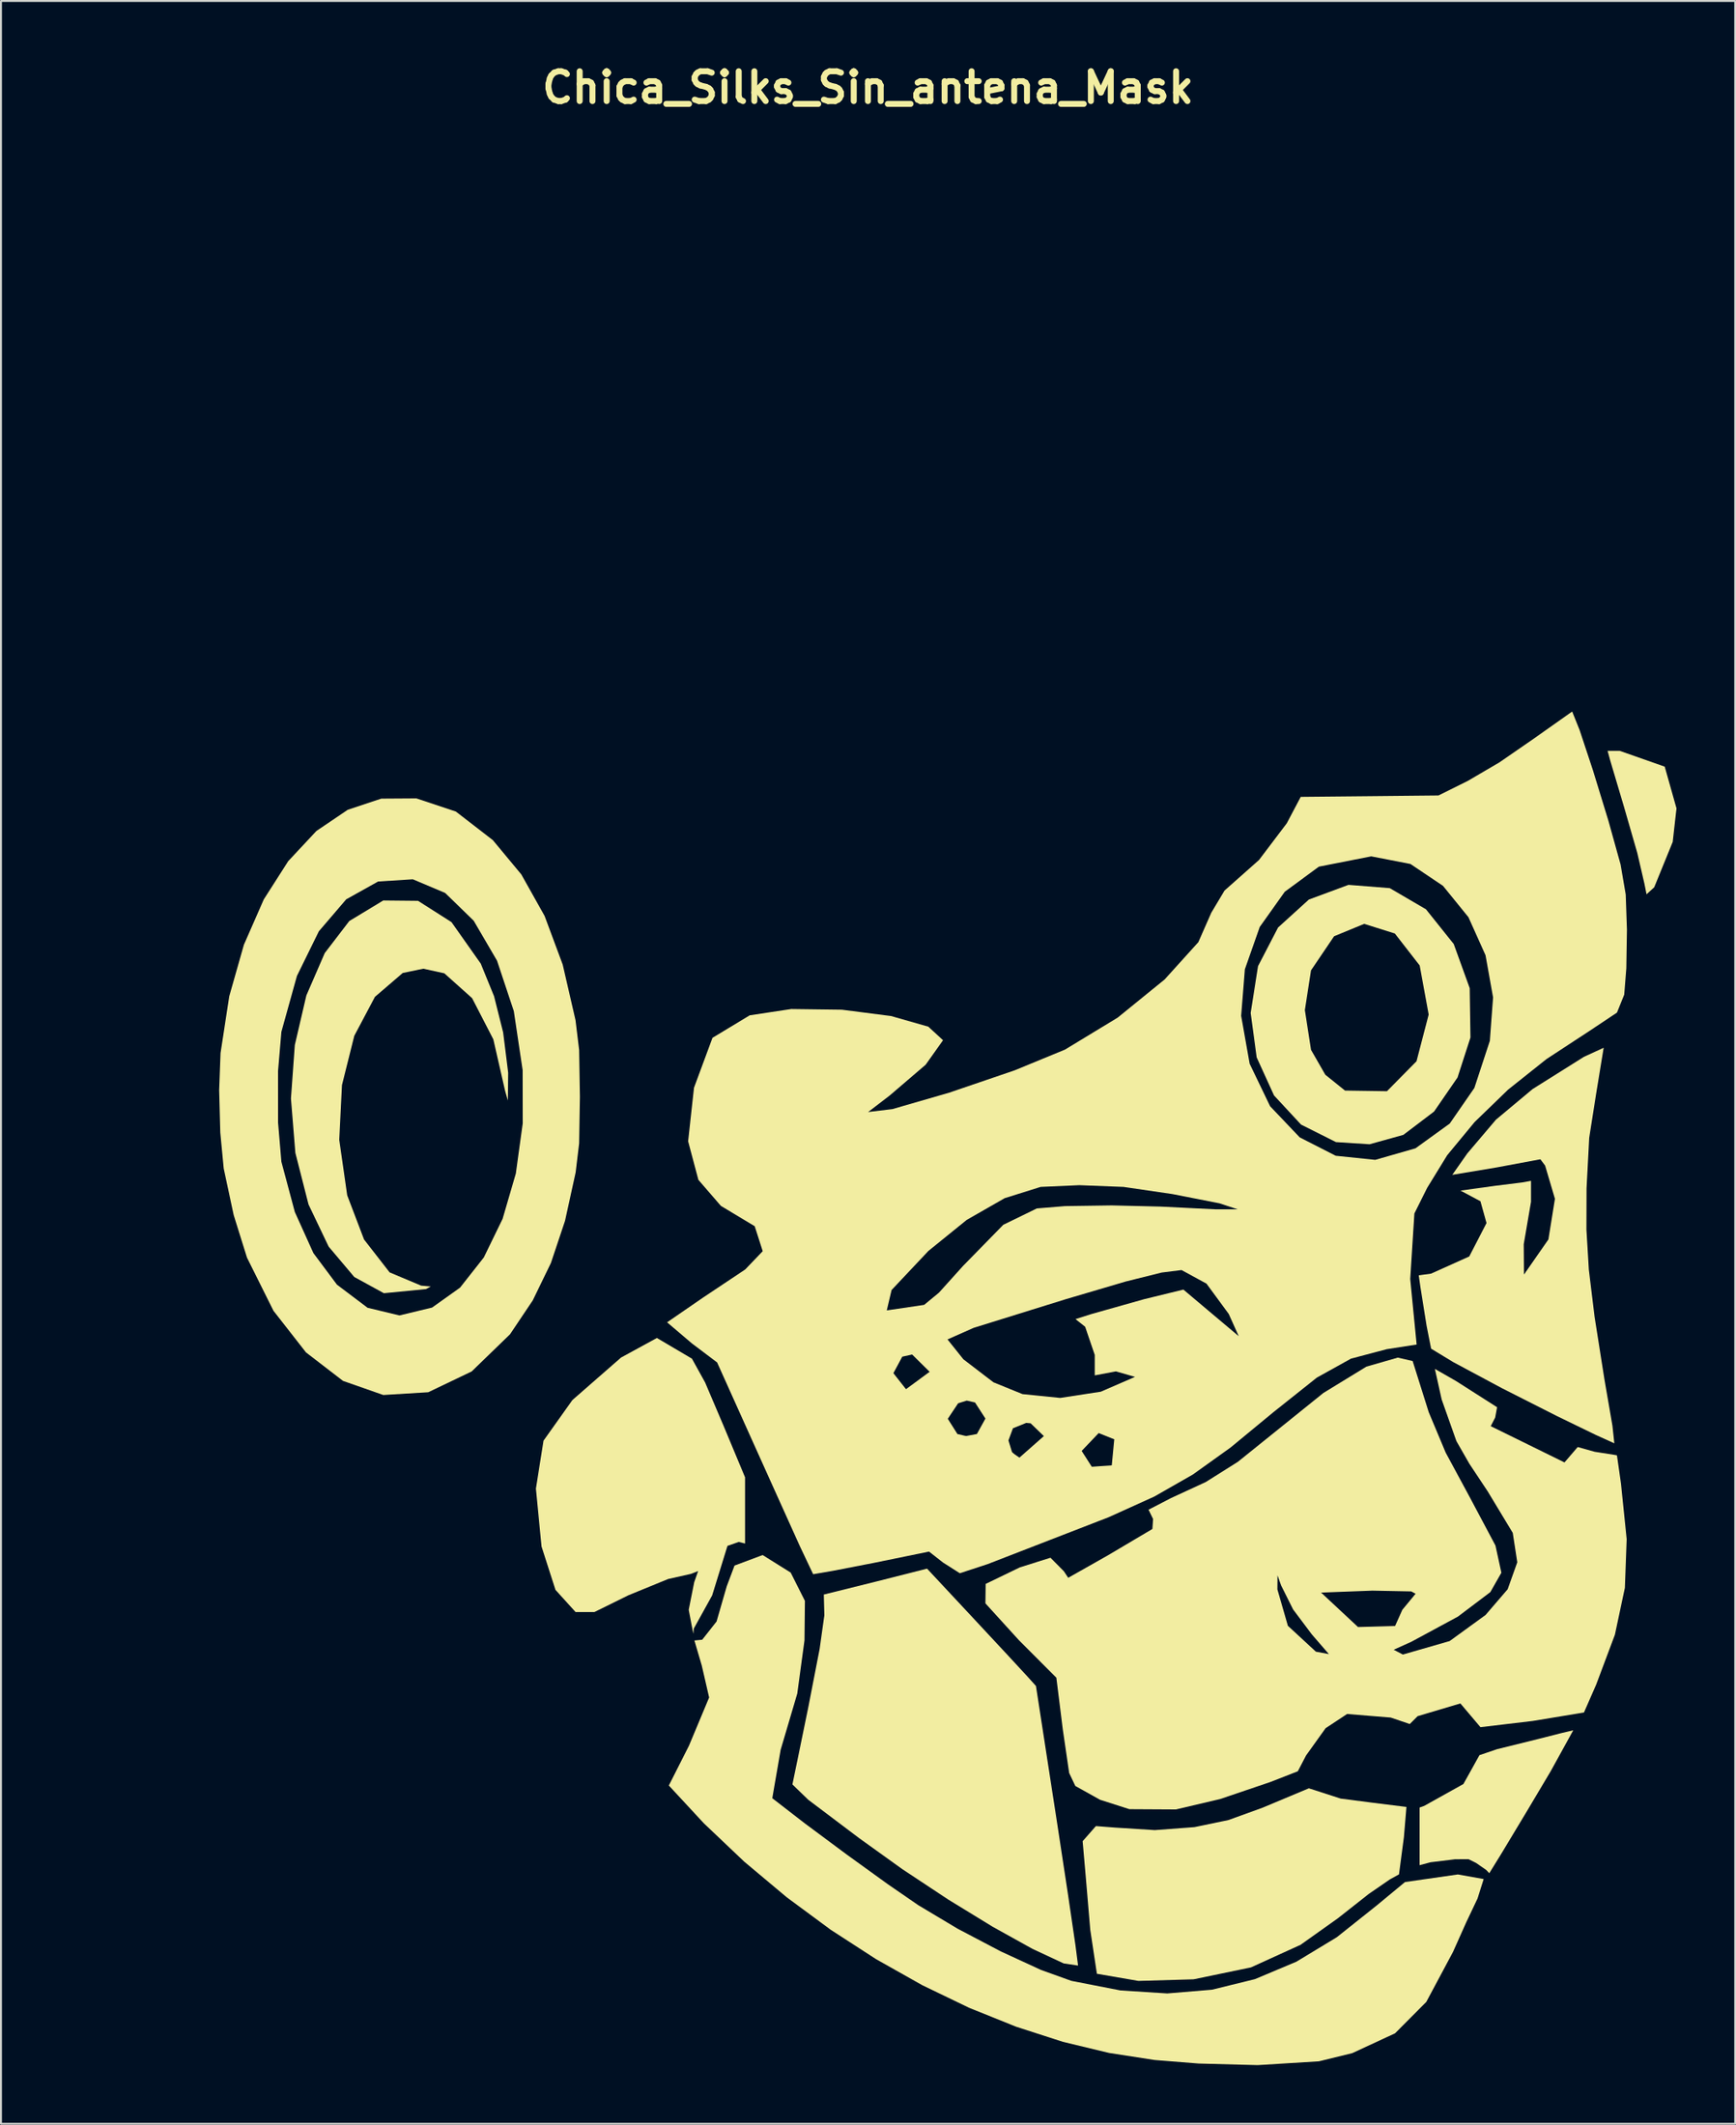
<source format=kicad_pcb>
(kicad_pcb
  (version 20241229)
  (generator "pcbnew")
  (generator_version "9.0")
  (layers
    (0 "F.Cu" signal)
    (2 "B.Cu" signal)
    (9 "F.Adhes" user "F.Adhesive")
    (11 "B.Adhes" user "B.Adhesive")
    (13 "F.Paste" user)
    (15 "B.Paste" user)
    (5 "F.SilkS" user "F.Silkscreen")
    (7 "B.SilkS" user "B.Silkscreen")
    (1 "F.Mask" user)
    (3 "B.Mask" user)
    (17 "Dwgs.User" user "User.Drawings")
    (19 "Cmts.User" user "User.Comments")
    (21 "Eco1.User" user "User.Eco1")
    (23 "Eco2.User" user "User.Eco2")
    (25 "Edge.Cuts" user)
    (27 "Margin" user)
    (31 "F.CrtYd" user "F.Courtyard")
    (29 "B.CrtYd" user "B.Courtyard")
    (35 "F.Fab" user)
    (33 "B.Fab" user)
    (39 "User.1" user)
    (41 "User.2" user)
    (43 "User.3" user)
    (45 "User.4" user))
  (footprint "Chica_Silks_Sin_antena_Mask"
    (layer "F.Cu")
    (at 41.308 53.498)
    (property "Reference" "Chica_Silks_Sin_antena_Mask" (at 0 -52.072 0) (layer "F.SilkS") (effects (font (size 1.524 1.524) (thickness 0.305))))
    (attr smd)
    (fp_poly (pts (xy -18.485 -20.596) (xy -20.445 -21.858) (xy -19.534 -23.015) (xy -17.598 -22.051) (xy -15.719 -21.084) (xy -16.078 -20.287) (xy -16.481 -19.443) (xy -18.485 -20.596)) (stroke (width 0) (type solid)) (fill yes) (layer "F.Mask"))
    (fp_poly (pts (xy -16.524 -15.561) (xy -18.389 -17.596) (xy -19.825 -18.849) (xy -21.46 -19.494) (xy -23.89 -19.795) (xy -24.024 -19.801) (xy -23.251 -20.793) (xy -22.435 -21.773) (xy -21.717 -21.385) (xy -19.579 -20.212) (xy -15.945 -18.21) (xy -14.996 -17.678) (xy -16.178 -15.184) (xy -16.524 -15.562) (xy -16.524 -15.561)) (stroke (width 0) (type solid)) (fill yes) (layer "F.Mask"))
    (fp_poly (pts (xy -18.067 -23.499) (xy -19.085 -24.127) (xy -19.261 -24.933) (xy -19.712 -27.055) (xy -20.371 -30.169) (xy -21.169 -33.954) (xy -21.969 -37.736) (xy -22.632 -40.843) (xy -23.091 -42.955) (xy -23.276 -43.749) (xy -23.97 -43.897) (xy -25.816 -44.25) (xy -28.533 -44.756) (xy -31.839 -45.361) (xy -40.343 -46.906) (xy -40.84 -47.898) (xy -41.308 -48.96) (xy -40.444 -48.864) (xy -38.183 -48.572) (xy -34.991 -48.146) (xy -31.332 -47.65) (xy -27.671 -47.148) (xy -24.472 -46.702) (xy -22.201 -46.377) (xy -21.323 -46.234) (xy -21.203 -45.641) (xy -20.89 -44.009) (xy -20.421 -41.533) (xy -19.83 -38.402) (xy -19.155 -34.811) (xy -18.48 -31.209) (xy -17.886 -28.051) (xy -17.412 -25.533) (xy -17.093 -23.849) (xy -16.967 -23.194) (xy -17 -22.97) (xy -18.067 -23.499) (xy -18.067 -23.499)) (stroke (width 0) (type solid)) (fill yes) (layer "F.Mask"))
    (fp_poly (pts (xy -1.675 32.371) (xy -2.095 33.93) (xy 7.877 41.378) (xy 7.655 39.473) (xy -1.675 32.371)) (stroke (width 0) (type solid)) (fill yes) (layer "F.SilkS"))
    (fp_poly (pts (xy 26.04 41.724) (xy 28.565 40.636) (xy 29.056 41.864) (xy 28.639 44.595) (xy 26.774 46.46) (xy 25.818 46.822) (xy 26.04 41.724)) (stroke (width 0) (type solid)) (fill yes) (layer "F.SilkS"))
    (fp_poly (pts (xy 26.04 41.724) (xy 28.565 40.636) (xy 29.056 41.864) (xy 28.639 44.595) (xy 26.774 46.46) (xy 25.818 46.822) (xy 26.04 41.724)) (stroke (width 0) (type solid)) (fill yes) (layer "F.SilkS"))
    (fp_poly (pts (xy 26.04 41.724) (xy 28.565 40.636) (xy 29.056 41.864) (xy 28.639 44.595) (xy 26.774 46.46) (xy 25.818 46.822) (xy 26.04 41.724)) (stroke (width 0) (type solid)) (fill yes) (layer "F.SilkS"))
    (fp_poly (pts (xy 26.04 41.724) (xy 28.565 40.636) (xy 29.056 41.864) (xy 28.639 44.595) (xy 26.774 46.46) (xy 25.818 46.822) (xy 26.04 41.724)) (stroke (width 0) (type solid)) (fill yes) (layer "F.SilkS"))
    (fp_poly (pts (xy -0.858 29.475) (xy -1.279 30.985) (xy -0.241 31.814) (xy 2.232 33.68) (xy 5.184 35.874) (xy 7.657 37.686) (xy 8.694 38.408) (xy 8.57 36.602) (xy -0.858 29.475)) (stroke (width 0) (type solid)) (fill yes) (layer "F.SilkS"))
    (fp_poly (pts (xy -0.4 27.416) (xy -0.68 28.588) (xy 0.279 29.31) (xy 2.564 31.027) (xy 5.287 33.065) (xy 7.561 34.752) (xy 8.496 35.414) (xy 8.075 33.063) (xy 6.699 32.139) (xy 3.791 30.202) (xy 0.907 28.284) (xy -0.4 27.416)) (stroke (width 0) (type solid)) (fill yes) (layer "F.SilkS"))
    (fp_poly (pts (xy 39.791 -10.844) (xy 39.684 -11.386) (xy 39.319 -12.959) (xy 38.632 -15.341) (xy 37.94 -17.668) (xy 37.801 -18.175) (xy 38.423 -18.175) (xy 40.721 -17.367) (xy 41.323 -15.236) (xy 41.13 -13.523) (xy 40.184 -11.202) (xy 39.791 -10.844)) (stroke (width 0) (type solid)) (fill yes) (layer "F.SilkS"))
    (fp_poly (pts (xy 31.596 39.017) (xy 31.079 38.658) (xy 30.697 38.469) (xy 30.002 38.472) (xy 28.75 38.625) (xy 28.193 38.776) (xy 28.193 37.303) (xy 28.193 35.829) (xy 28.428 35.744) (xy 30.432 34.626) (xy 30.862 33.856) (xy 31.252 33.152) (xy 32.155 32.845) (xy 34.21 32.337) (xy 35.488 32.012) (xy 36.047 31.88) (xy 34.894 33.971) (xy 33.671 36.027) (xy 32.373 38.184) (xy 31.756 39.184) (xy 31.596 39.016) (xy 31.596 39.017)) (stroke (width 0) (type solid)) (fill yes) (layer "F.SilkS"))
    (fp_poly (pts (xy 11.701 44.323) (xy 11.363 42.08) (xy 11.104 39.041) (xy 10.973 37.548) (xy 11.651 36.776) (xy 12.605 36.851) (xy 14.66 36.982) (xy 16.682 36.83) (xy 18.425 36.467) (xy 20.177 35.833) (xy 22.534 34.845) (xy 24.161 35.371) (xy 25.782 35.581) (xy 27.521 35.798) (xy 27.391 37.349) (xy 27.14 39.244) (xy 26.674 39.501) (xy 25.598 40.242) (xy 24.02 41.485) (xy 22.111 42.843) (xy 19.575 43.998) (xy 16.643 44.607) (xy 13.824 44.689) (xy 11.701 44.323)) (stroke (width 0) (type solid)) (fill yes) (layer "F.SilkS"))
    (fp_poly (pts (xy 10.006 43.795) (xy 8.412 43.052) (xy 6.38 41.924) (xy 4.099 40.527) (xy 1.76 38.979) (xy -0.447 37.394) (xy -3.05 35.431) (xy -3.86 34.647) (xy -3.6 33.392) (xy -3.05 30.711) (xy -2.469 27.722) (xy -2.228 26.009) (xy -2.255 24.943) (xy 0.433 24.275) (xy 3.021 23.619) (xy 5.382 26.149) (xy 7.173 28.073) (xy 8.165 29.147) (xy 8.587 29.616) (xy 9.677 36.676) (xy 10.222 40.256) (xy 10.603 42.852) (xy 10.739 43.904) (xy 10.006 43.795) (xy 10.006 43.795)) (stroke (width 0) (type solid)) (fill yes) (layer "F.SilkS"))
    (fp_poly (pts (xy -9.16 25.724) (xy -8.879 24.314) (xy -8.678 23.743) (xy -9.054 23.889) (xy -10.209 24.148) (xy -12.239 24.979) (xy -13.977 25.836) (xy -14.943 25.836) (xy -15.969 24.704) (xy -16.682 22.487) (xy -16.969 19.53) (xy -16.581 17.08) (xy -15.105 15.004) (xy -12.618 12.831) (xy -10.786 11.831) (xy -8.995 12.888) (xy -8.32 14.108) (xy -7.395 16.281) (xy -6.281 18.95) (xy -6.281 20.642) (xy -6.281 22.335) (xy -6.602 22.254) (xy -7.18 22.457) (xy -7.961 24.986) (xy -8.898 26.678) (xy -8.925 26.947) (xy -9.16 25.724) (xy -9.16 25.724)) (stroke (width 0) (type solid)) (fill yes) (layer "F.SilkS"))
    (fp_poly (pts (xy 23.919 1.82) (xy 26.525 -0.78) (xy 28.036 -2.311) (xy 28.658 -4.698) (xy 28.198 -7.207) (xy 26.929 -8.84) (xy 25.362 -9.333) (xy 23.824 -8.7) (xy 22.644 -6.956) (xy 22.33 -4.926) (xy 22.644 -2.896) (xy 23.375 -1.622) (xy 24.381 -0.813) (xy 26.525 -0.78) (xy 26.525 -0.78) (xy 23.919 1.82) (xy 22.135 0.925) (xy 20.754 -0.564) (xy 19.867 -2.51) (xy 19.561 -4.779) (xy 19.936 -7.171) (xy 20.961 -9.147) (xy 22.535 -10.576) (xy 24.559 -11.326) (xy 26.668 -11.159) (xy 28.519 -10.078) (xy 29.939 -8.302) (xy 30.755 -6.045) (xy 30.793 -3.526) (xy 30.133 -1.483) (xy 28.933 0.259) (xy 27.363 1.451) (xy 25.636 1.931) (xy 23.919 1.82)) (stroke (width 0) (type solid)) (fill yes) (layer "F.SilkS"))
    (fp_poly (pts (xy -24.738 9.543) (xy -26.252 8.714) (xy -27.561 7.162) (xy -28.59 5.008) (xy -29.262 2.373) (xy -29.489 -0.406) (xy -29.29 -3.142) (xy -28.701 -5.674) (xy -27.761 -7.84) (xy -26.507 -9.477) (xy -24.77 -10.529) (xy -22.993 -10.51) (xy -21.283 -9.421) (xy -19.787 -7.3) (xy -19.108 -5.635) (xy -18.643 -3.782) (xy -18.386 -1.722) (xy -18.402 -0.304) (xy -18.54 -0.782) (xy -19.145 -3.432) (xy -20.231 -5.537) (xy -21.65 -6.806) (xy -22.723 -7.041) (xy -23.774 -6.824) (xy -25.196 -5.603) (xy -26.251 -3.613) (xy -26.88 -1.097) (xy -27.02 1.702) (xy -26.613 4.54) (xy -25.753 6.797) (xy -24.445 8.479) (xy -22.836 9.155) (xy -22.339 9.201) (xy -22.584 9.332) (xy -24.738 9.543) (xy -24.738 9.543)) (stroke (width 0) (type solid)) (fill yes) (layer "F.SilkS"))
    (fp_poly (pts (xy 35.203 15.816) (xy 32.402 14.397) (xy 29.917 13.066) (xy 28.783 12.378) (xy 28.551 11.208) (xy 28.232 9.205) (xy 28.151 8.629) (xy 28.779 8.543) (xy 30.731 7.665) (xy 31.614 5.957) (xy 31.303 4.843) (xy 30.286 4.299) (xy 32.029 4.057) (xy 33.433 3.882) (xy 33.888 3.8) (xy 33.888 4.87) (xy 33.516 7.039) (xy 33.527 8.591) (xy 34.777 6.795) (xy 35.111 4.718) (xy 34.608 3.019) (xy 34.366 2.698) (xy 32.134 3.115) (xy 29.864 3.494) (xy 30.633 2.398) (xy 32.096 0.674) (xy 33.972 -0.892) (xy 36.59 -2.536) (xy 37.601 -3.001) (xy 37.226 -0.71) (xy 36.862 1.602) (xy 36.726 4.182) (xy 36.72 6.293) (xy 36.843 8.336) (xy 37.136 10.743) (xy 37.64 13.945) (xy 38.049 16.315) (xy 38.146 17.215) (xy 37.196 16.784) (xy 35.203 15.816) (xy 35.203 15.816)) (stroke (width 0) (type solid)) (fill yes) (layer "F.SilkS"))
    (fp_poly (pts (xy 14.649 48.73) (xy 12.329 48.371) (xy 9.963 47.802) (xy 7.571 47.029) (xy 5.17 46.062) (xy 2.779 44.909) (xy 0.416 43.577) (xy -1.901 42.076) (xy -4.152 40.413) (xy -6.32 38.596) (xy -8.387 36.633) (xy -10.176 34.702) (xy -9.146 32.667) (xy -8.116 30.204) (xy -8.491 28.577) (xy -8.869 27.29) (xy -8.471 27.253) (xy -7.736 26.32) (xy -7.217 24.523) (xy -6.818 23.462) (xy -5.382 22.924) (xy -3.948 23.821) (xy -3.221 25.266) (xy -3.243 27.283) (xy -3.612 30.005) (xy -4.461 32.877) (xy -4.889 35.352) (xy -3.222 36.641) (xy -1.085 38.229) (xy 1.016 39.746) (xy 2.573 40.818) (xy 4.576 42.016) (xy 6.788 43.18) (xy 8.848 44.129) (xy 10.39 44.684) (xy 12.907 45.176) (xy 15.299 45.329) (xy 17.584 45.138) (xy 19.778 44.598) (xy 21.898 43.706) (xy 23.961 42.457) (xy 25.984 40.847) (xy 27.447 39.637) (xy 30.149 39.248) (xy 31.469 39.483) (xy 31.155 40.477) (xy 30.584 41.679) (xy 29.901 43.207) (xy 28.537 45.76) (xy 26.94 47.366) (xy 24.753 48.38) (xy 23.046 48.798) (xy 19.92 48.992) (xy 16.896 48.911) (xy 14.649 48.73) (xy 14.649 48.73)) (stroke (width 0) (type solid)) (fill yes) (layer "F.SilkS"))
    (fp_poly (pts (xy -24.769 14.745) (xy -22.276 10.277) (xy -20.846 9.258) (xy -19.632 7.716) (xy -18.671 5.742) (xy -17.996 3.428) (xy -17.643 0.865) (xy -17.647 -1.856) (xy -18.098 -4.874) (xy -18.956 -7.452) (xy -20.15 -9.495) (xy -21.608 -10.913) (xy -23.26 -11.611) (xy -25.035 -11.497) (xy -26.664 -10.587) (xy -28.062 -8.954) (xy -29.183 -6.671) (xy -29.978 -3.812) (xy -30.148 -1.806) (xy -30.147 0.817) (xy -29.978 2.82) (xy -29.289 5.395) (xy -28.342 7.491) (xy -27.138 9.105) (xy -25.572 10.287) (xy -23.945 10.679) (xy -22.277 10.277) (xy -22.276 10.277) (xy -24.769 14.745) (xy -26.826 14.025) (xy -28.721 12.567) (xy -30.381 10.442) (xy -31.735 7.725) (xy -32.415 5.549) (xy -32.925 3.166) (xy -33.099 1.334) (xy -33.158 -0.834) (xy -33.086 -2.73) (xy -32.642 -5.631) (xy -31.893 -8.266) (xy -30.876 -10.584) (xy -29.627 -12.539) (xy -28.186 -14.081) (xy -26.588 -15.162) (xy -24.872 -15.733) (xy -23.075 -15.745) (xy -21.06 -15.073) (xy -19.169 -13.611) (xy -17.715 -11.859) (xy -16.525 -9.738) (xy -15.6 -7.252) (xy -14.944 -4.406) (xy -14.76 -2.885) (xy -14.721 -0.496) (xy -14.76 1.88) (xy -14.937 3.364) (xy -15.48 5.839) (xy -16.202 7.998) (xy -17.13 9.909) (xy -18.292 11.642) (xy -20.252 13.541) (xy -22.472 14.604) (xy -24.769 14.745)) (stroke (width 0) (type solid)) (fill yes) (layer "F.SilkS"))
    (fp_poly (pts (xy 13.361 35.911) (xy 23.558 27.987) (xy 22.688 26.982) (xy 21.729 25.704) (xy 21.115 24.474) (xy 20.932 23.962) (xy 20.926 24.68) (xy 21.462 26.54) (xy 22.894 27.863) (xy 23.558 27.987) (xy 23.558 27.987) (xy 13.361 35.911) (xy 26.941 26.55) (xy 26.941 26.55) (xy 27.312 25.722) (xy 27.989 24.902) (xy 27.767 24.783) (xy 25.784 24.743) (xy 23.159 24.843) (xy 25.047 26.603) (xy 26.941 26.55) (xy 13.361 35.911) (xy 11.865 35.432) (xy 10.599 34.726) (xy 10.284 34.062) (xy 9.958 31.828) (xy 9.63 29.194) (xy 7.716 27.276) (xy 6.004 25.393) (xy 6.016 24.4) (xy 7.761 23.556) (xy 9.329 23.061) (xy 10.013 23.752) (xy 10.235 24.087) (xy 12.257 22.943) (xy 14.538 21.592) (xy 14.573 21.082) (xy 14.341 20.607) (xy 15.496 20.009) (xy 17.263 19.194) (xy 18.903 18.162) (xy 20.591 16.804) (xy 23.279 14.639) (xy 25.476 13.295) (xy 27.079 12.834) (xy 27.838 13.009) (xy 28.662 15.627) (xy 29.527 17.69) (xy 30.75 19.954) (xy 32.071 22.439) (xy 32.373 23.827) (xy 31.809 24.818) (xy 30.152 26.07) (xy 27.779 27.353) (xy 26.869 27.764) (xy 27.339 28.009) (xy 29.73 27.32) (xy 31.565 25.987) (xy 32.694 24.673) (xy 33.186 23.294) (xy 32.955 21.791) (xy 31.672 19.666) (xy 30.738 18.26) (xy 30.076 17.103) (xy 29.321 14.972) (xy 28.975 13.412) (xy 30.054 14.03) (xy 32.154 15.37) (xy 32.057 15.897) (xy 31.829 16.338) (xy 33.714 17.264) (xy 35.599 18.191) (xy 35.937 17.797) (xy 36.275 17.404) (xy 37.138 17.646) (xy 38.139 17.802) (xy 38.28 17.83) (xy 38.486 19.273) (xy 38.777 22.113) (xy 38.685 24.6) (xy 38.176 26.992) (xy 37.218 29.546) (xy 36.594 30.971) (xy 33.971 31.404) (xy 31.304 31.721) (xy 30.278 30.508) (xy 28.093 31.159) (xy 27.692 31.56) (xy 26.72 31.23) (xy 24.489 31.047) (xy 23.39 31.773) (xy 22.39 33.169) (xy 21.97 33.975) (xy 20.57 34.522) (xy 18 35.394) (xy 15.74 35.925) (xy 13.361 35.911) (xy 13.361 35.911)) (stroke (width 0) (type solid)) (fill yes) (layer "F.SilkS"))
    (fp_poly (pts (xy 35.991 -20.185) (xy 25.721 -12.783) (xy 27.727 -12.393) (xy 29.391 -11.274) (xy 30.69 -9.673) (xy 31.564 -7.727) (xy 31.949 -5.575) (xy 31.784 -3.355) (xy 30.993 -0.947) (xy 29.735 0.872) (xy 27.984 2.138) (xy 25.926 2.728) (xy 23.907 2.518) (xy 22.068 1.58) (xy 20.554 -0.012) (xy 19.508 -2.186) (xy 19.074 -4.633) (xy 19.264 -7.012) (xy 20.024 -9.175) (xy 21.302 -10.973) (xy 23.045 -12.256) (xy 25.721 -12.783) (xy 35.991 -20.185) (xy 34.053 -18.815) (xy 32.276 -17.588) (xy 30.66 -16.641) (xy 29.159 -15.895) (xy 25.639 -15.858) (xy 3.092 7.381) (xy 5.048 5.797) (xy 6.988 4.686) (xy 8.826 4.11) (xy 10.8 4.022) (xy 10.8 4.022) (xy 13.061 4.11) (xy 15.562 4.477) (xy 17.967 4.949) (xy 18.899 5.256) (xy 17.765 5.256) (xy 14.95 5.116) (xy 12.457 5.056) (xy 10.067 5.092) (xy 8.633 5.21) (xy 6.919 6.045) (xy 4.864 8.145) (xy 3.629 9.515) (xy 2.873 10.139) (xy 0.962 10.422) (xy 1.209 9.379) (xy 3.092 7.381) (xy 25.639 -15.858) (xy 22.118 -15.822) (xy 21.408 -14.476) (xy 19.986 -12.597) (xy 18.225 -11.036) (xy 17.547 -9.901) (xy 16.887 -8.399) (xy 15.165 -6.493) (xy 12.764 -4.542) (xy 10.069 -2.906) (xy 7.504 -1.85) (xy 4.156 -0.707) (xy 1.249 0.134) (xy 0.009 0.284) (xy 1.109 -0.559) (xy 2.95 -2.135) (xy 3.838 -3.386) (xy 3.085 -4.079) (xy 1.183 -4.622) (xy -1.33 -4.946) (xy 1.301 13.629) (xy 1.754 12.787) (xy 2.258 12.675) (xy 3.154 13.559) (xy 1.944 14.448) (xy 1.301 13.629) (xy -1.33 -4.946) (xy -3.917 -4.981) (xy -6.042 -4.659) (xy -7.945 -3.509) (xy -8.89 -0.957) (xy 4.609 15.169) (xy 5.05 15.031) (xy 5.05 15.031) (xy 5.472 15.126) (xy 6.005 15.95) (xy 5.569 16.738) (xy 5.034 16.839) (xy 4.977 16.834) (xy 4.573 16.74) (xy 4.081 15.961) (xy 4.609 15.169) (xy -8.89 -0.957) (xy -9.19 1.779) (xy 7.41 16.446) (xy 8.09 16.17) (xy 8.09 16.17) (xy 8.315 16.191) (xy 8.991 16.845) (xy 7.742 17.946) (xy 7.487 17.769) (xy 7.389 17.686) (xy 7.387 17.684) (xy 7.363 17.658) (xy 7.361 17.655) (xy 7.181 17.066) (xy 7.41 16.446) (xy -9.19 1.779) (xy -8.665 3.75) (xy 11.441 18.413) (xy 10.923 17.603) (xy 11.793 16.69) (xy 11.793 16.69) (xy 12.589 17.009) (xy 12.461 18.34) (xy 11.441 18.413) (xy -8.665 3.75) (xy -7.515 5.08) (xy -5.787 6.119) (xy 6.413 14.095) (xy 4.877 12.919) (xy 4.067 11.905) (xy 5.402 11.313) (xy 10.101 9.852) (xy 13.168 8.947) (xy 15.008 8.488) (xy 16.027 8.359) (xy 17.302 9.054) (xy 18.441 10.605) (xy 18.95 11.739) (xy 17.585 10.591) (xy 16.122 9.358) (xy 14.112 9.849) (xy 11.421 10.608) (xy 10.609 10.866) (xy 11.101 11.258) (xy 11.592 12.696) (xy 11.592 13.742) (xy 12.674 13.538) (xy 13.649 13.819) (xy 11.903 14.576) (xy 9.828 14.895) (xy 7.9 14.7) (xy 6.413 14.095) (xy -5.787 6.119) (xy -5.378 7.395) (xy -6.272 8.329) (xy -8.4 9.748) (xy -10.265 11.031) (xy -8.991 12.113) (xy -7.708 13.081) (xy -5.928 17.038) (xy -4.94 19.232) (xy -4.062 21.179) (xy -3.485 22.458) (xy -2.8 23.904) (xy -1.796 23.732) (xy 0.306 23.324) (xy 3.122 22.747) (xy 3.833 23.304) (xy 4.696 23.854) (xy 6.12 23.387) (xy 9.282 22.161) (xy 12.3 20.992) (xy 14.637 19.934) (xy 16.607 18.808) (xy 18.529 17.432) (xy 20.717 15.627) (xy 22.941 13.857) (xy 24.686 12.887) (xy 26.516 12.403) (xy 28.042 12.166) (xy 27.714 8.816) (xy 27.928 5.466) (xy 28.58 4.16) (xy 29.604 2.491) (xy 31.004 0.797) (xy 32.718 -0.862) (xy 34.683 -2.426) (xy 36.836 -3.835) (xy 38.281 -4.798) (xy 38.651 -5.714) (xy 38.759 -7.065) (xy 38.791 -9.04) (xy 38.728 -10.833) (xy 38.467 -12.362) (xy 37.842 -14.607) (xy 37.048 -17.197) (xy 36.37 -19.242) (xy 35.991 -20.185) (xy 35.991 -20.185)) (stroke (width 0) (type solid)) (fill yes) (layer "F.SilkS")))
  (gr_rect
    (start -3 -3)
    (end 85.631 105.49)
    (stroke (width 0.1) (type default))
    (fill no)
    (layer "Edge.Cuts")))
</source>
